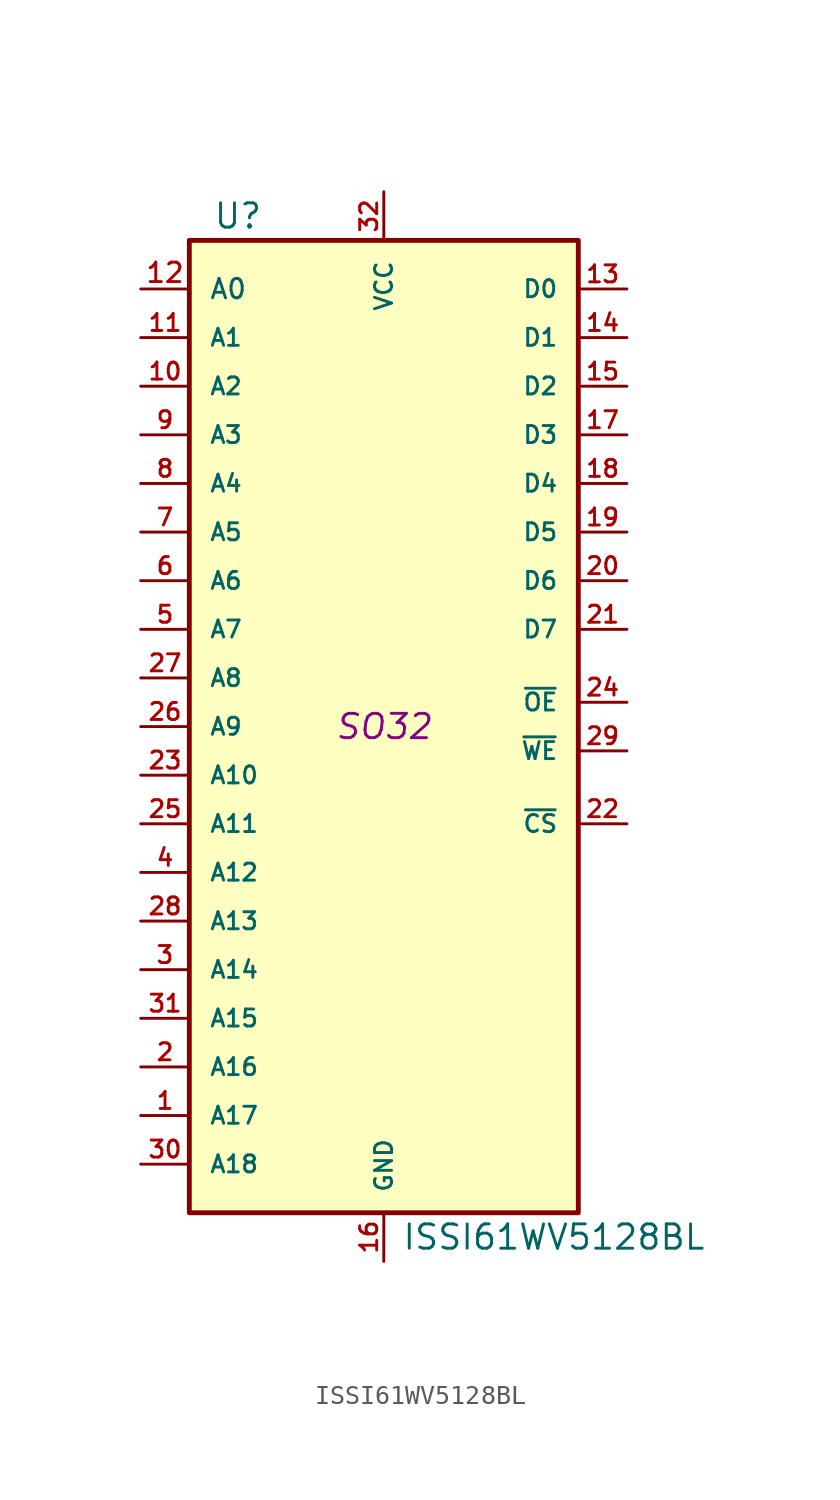
<source format=kicad_sym>
(kicad_symbol_lib
  (version 20241209)
  (generator "kicad_symbol_editor")
  (generator_version "9.0")
  (symbol "ISSI61WV5128BL"
    (pin_names
      (offset 1.016))
    (property "Reference" "U"
      (at -7.62 26.67 0)
      (effects (font (size 1.27 1.27))))
    (property "Value" "ISSI61WV5128BL"
      (at 8.89 -26.67 0)
      (effects (font (size 1.27 1.27))))
    (property "Footprint" "SO32"
      (at 0 0 0)
      (effects (font (size 1.27 1.27) (italic yes))))
    (property "Datasheet" ""
      (at 0 0 0)
      (effects (font (size 1.27 1.27))))
    (symbol "ISSI61WV5128BL_0_0"
      (pin input line (at -12.7 -15.24 0) (length 2.54) (name "A15" (effects (font (size 0.889 0.889)))) (number "31" (effects (font (size 0.889 0.889)))))
      (pin input line (at -12.7 -17.78 0) (length 2.54) (name "A16" (effects (font (size 0.889 0.889)))) (number "2" (effects (font (size 0.889 0.889)))))
      (pin input line (at -12.7 -20.32 0) (length 2.54) (name "A17" (effects (font (size 0.889 0.889)))) (number "1" (effects (font (size 0.889 0.889)))))
      (pin input line (at -12.7 -22.86 0) (length 2.54) (name "A18" (effects (font (size 0.889 0.889)))) (number "30" (effects (font (size 0.889 0.889))))))
    (symbol "ISSI61WV5128BL_0_1"
      (rectangle (start -10.16 25.4) (end 10.16 -25.4) (stroke (width 0.254) (type solid)) (fill (type background))))
    (symbol "ISSI61WV5128BL_1_1"
      (pin input line (at -12.7 22.86 0) (length 2.54) (name "A0" (effects (font (size 1.016 1.016)))) (number "12" (effects (font (size 1.016 1.016)))))
      (pin input line (at -12.7 20.32 0) (length 2.54) (name "A1" (effects (font (size 0.889 0.889)))) (number "11" (effects (font (size 0.889 0.889)))))
      (pin input line (at -12.7 17.78 0) (length 2.54) (name "A2" (effects (font (size 0.889 0.889)))) (number "10" (effects (font (size 0.889 0.889)))))
      (pin input line (at -12.7 15.24 0) (length 2.54) (name "A3" (effects (font (size 0.889 0.889)))) (number "9" (effects (font (size 0.889 0.889)))))
      (pin input line (at -12.7 12.7 0) (length 2.54) (name "A4" (effects (font (size 0.889 0.889)))) (number "8" (effects (font (size 0.889 0.889)))))
      (pin input line (at -12.7 10.16 0) (length 2.54) (name "A5" (effects (font (size 0.889 0.889)))) (number "7" (effects (font (size 0.889 0.889)))))
      (pin input line (at -12.7 7.62 0) (length 2.54) (name "A6" (effects (font (size 0.889 0.889)))) (number "6" (effects (font (size 0.889 0.889)))))
      (pin input line (at -12.7 5.08 0) (length 2.54) (name "A7" (effects (font (size 0.889 0.889)))) (number "5" (effects (font (size 0.889 0.889)))))
      (pin input line (at -12.7 2.54 0) (length 2.54) (name "A8" (effects (font (size 0.889 0.889)))) (number "27" (effects (font (size 0.889 0.889)))))
      (pin input line (at -12.7 0 0) (length 2.54) (name "A9" (effects (font (size 0.889 0.889)))) (number "26" (effects (font (size 0.889 0.889)))))
      (pin input line (at -12.7 -2.54 0) (length 2.54) (name "A10" (effects (font (size 0.889 0.889)))) (number "23" (effects (font (size 0.889 0.889)))))
      (pin input line (at -12.7 -5.08 0) (length 2.54) (name "A11" (effects (font (size 0.889 0.889)))) (number "25" (effects (font (size 0.889 0.889)))))
      (pin input line (at -12.7 -7.62 0) (length 2.54) (name "A12" (effects (font (size 0.889 0.889)))) (number "4" (effects (font (size 0.889 0.889)))))
      (pin input line (at -12.7 -10.16 0) (length 2.54) (name "A13" (effects (font (size 0.889 0.889)))) (number "28" (effects (font (size 0.889 0.889)))))
      (pin input line (at -12.7 -12.7 0) (length 2.54) (name "A14" (effects (font (size 0.889 0.889)))) (number "3" (effects (font (size 0.889 0.889)))))
      (pin power_in line (at 0 27.94 270) (length 2.54) (name "VCC" (effects (font (size 0.889 0.889)))) (number "32" (effects (font (size 0.889 0.889)))))
      (pin power_in line (at 0 -27.94 90) (length 2.54) (name "GND" (effects (font (size 0.889 0.889)))) (number "16" (effects (font (size 0.889 0.889)))))
      (pin tri_state line (at 12.7 22.86 180) (length 2.54) (name "D0" (effects (font (size 0.889 0.889)))) (number "13" (effects (font (size 0.889 0.889)))))
      (pin tri_state line (at 12.7 20.32 180) (length 2.54) (name "D1" (effects (font (size 0.889 0.889)))) (number "14" (effects (font (size 0.889 0.889)))))
      (pin tri_state line (at 12.7 17.78 180) (length 2.54) (name "D2" (effects (font (size 0.889 0.889)))) (number "15" (effects (font (size 0.889 0.889)))))
      (pin tri_state line (at 12.7 15.24 180) (length 2.54) (name "D3" (effects (font (size 0.889 0.889)))) (number "17" (effects (font (size 0.889 0.889)))))
      (pin tri_state line (at 12.7 12.7 180) (length 2.54) (name "D4" (effects (font (size 0.889 0.889)))) (number "18" (effects (font (size 0.889 0.889)))))
      (pin tri_state line (at 12.7 10.16 180) (length 2.54) (name "D5" (effects (font (size 0.889 0.889)))) (number "19" (effects (font (size 0.889 0.889)))))
      (pin tri_state line (at 12.7 7.62 180) (length 2.54) (name "D6" (effects (font (size 0.889 0.889)))) (number "20" (effects (font (size 0.889 0.889)))))
      (pin tri_state line (at 12.7 5.08 180) (length 2.54) (name "D7" (effects (font (size 0.889 0.889)))) (number "21" (effects (font (size 0.889 0.889)))))
      (pin input line (at 12.7 1.27 180) (length 2.54) (name "~{OE}" (effects (font (size 0.889 0.889)))) (number "24" (effects (font (size 0.889 0.889)))))
      (pin input line (at 12.7 -1.27 180) (length 2.54) (name "~{WE}" (effects (font (size 0.889 0.889)))) (number "29" (effects (font (size 0.889 0.889)))))
      (pin input line (at 12.7 -5.08 180) (length 2.54) (name "~{CS}" (effects (font (size 0.889 0.889)))) (number "22" (effects (font (size 0.889 0.889))))))))
</source>
